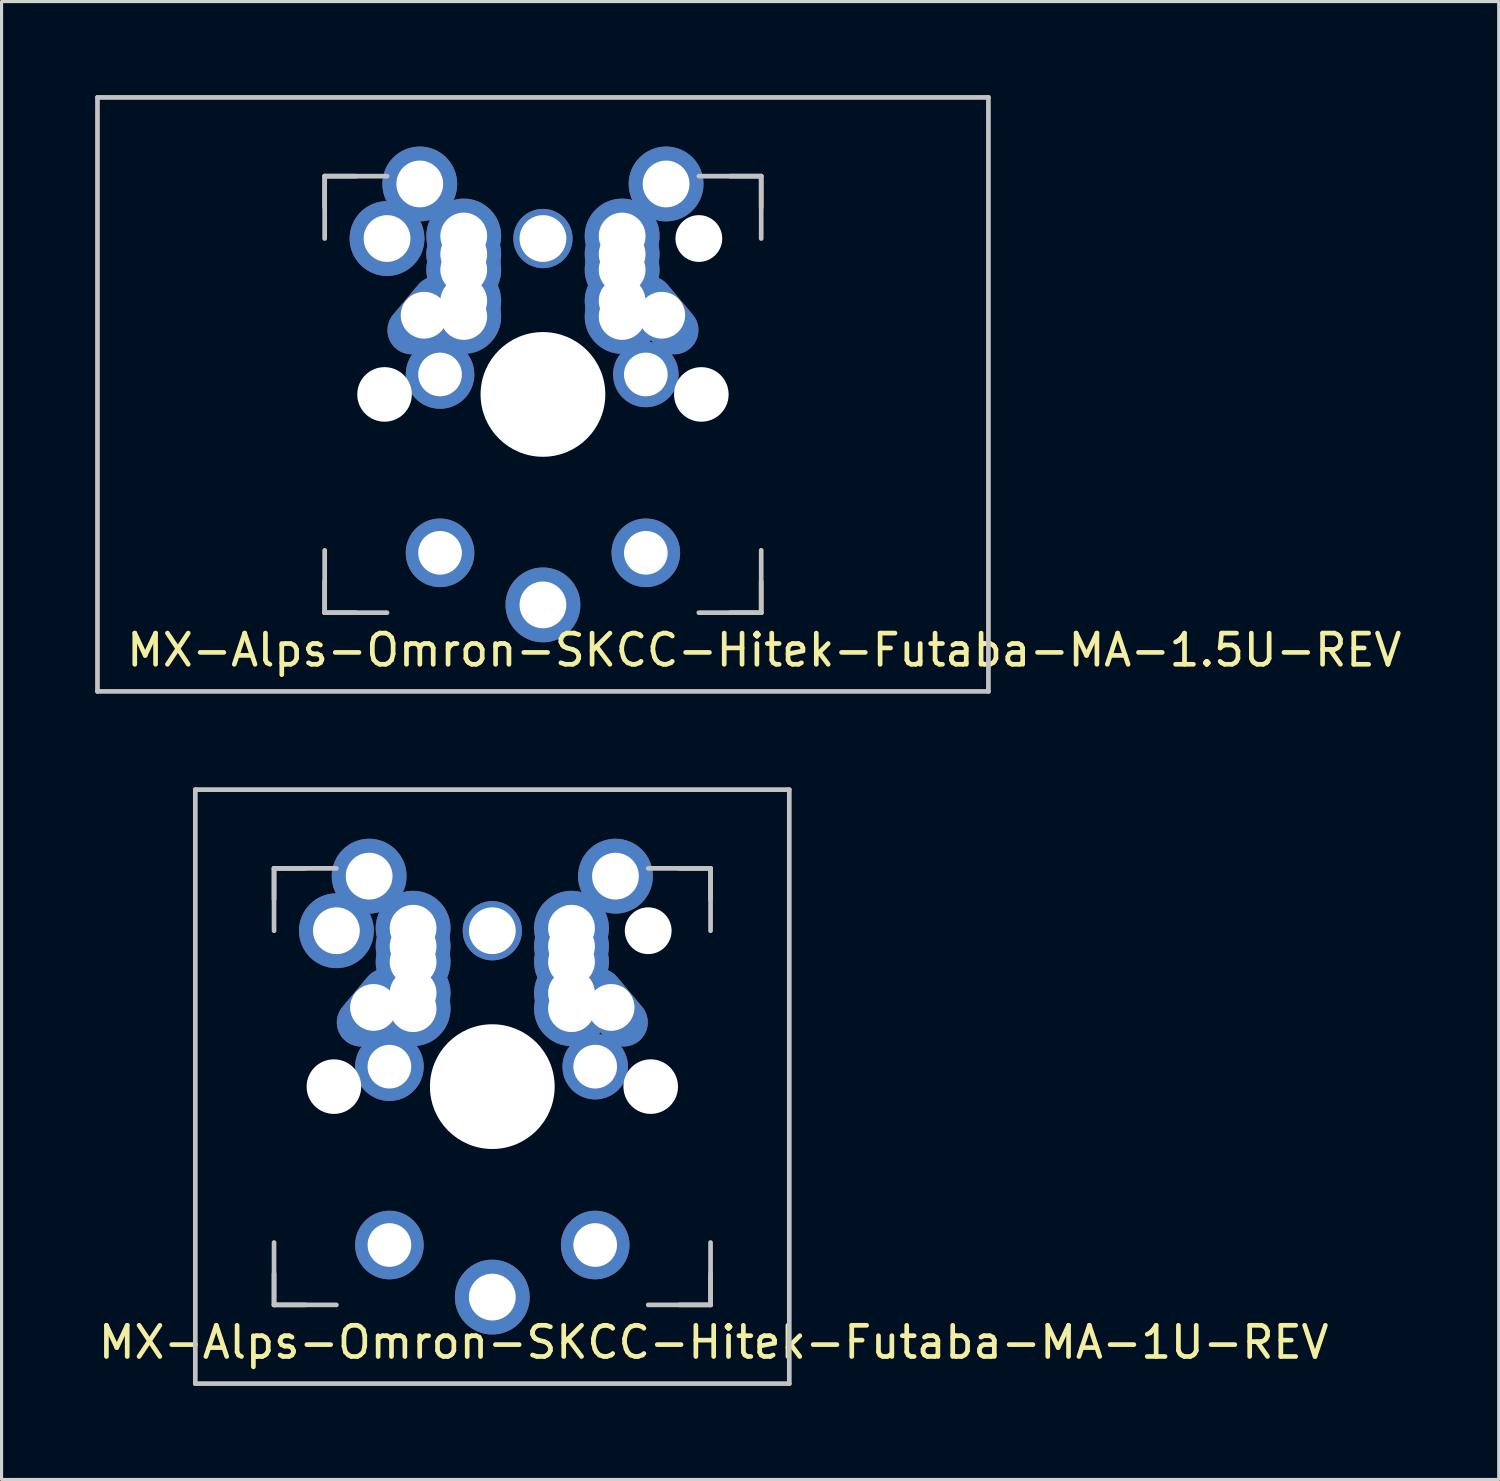
<source format=kicad_pcb>
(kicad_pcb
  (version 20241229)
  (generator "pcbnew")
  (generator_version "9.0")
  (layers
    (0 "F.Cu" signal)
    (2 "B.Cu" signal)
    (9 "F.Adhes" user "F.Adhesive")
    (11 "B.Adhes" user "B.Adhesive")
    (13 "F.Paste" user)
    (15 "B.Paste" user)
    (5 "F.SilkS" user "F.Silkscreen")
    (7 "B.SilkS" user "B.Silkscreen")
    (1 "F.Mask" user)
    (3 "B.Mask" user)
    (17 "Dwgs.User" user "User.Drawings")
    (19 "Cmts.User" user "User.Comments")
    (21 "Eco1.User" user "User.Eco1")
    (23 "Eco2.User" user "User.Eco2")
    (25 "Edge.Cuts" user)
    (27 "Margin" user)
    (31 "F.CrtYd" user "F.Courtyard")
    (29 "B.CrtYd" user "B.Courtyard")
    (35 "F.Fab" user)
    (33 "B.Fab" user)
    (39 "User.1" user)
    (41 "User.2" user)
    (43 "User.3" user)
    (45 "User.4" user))
  (footprint "MX-Alps-Omron-SKCC-Hitek-Futaba-MA-1U-REV"
    (layer "F.Cu")
    (at 12.739 31.8)
    (property "Reference" "MX-Alps-Omron-SKCC-Hitek-Futaba-MA-1U-REV" (at 7.1 8.2 0) (layer "F.SilkS") (effects (font (size 1 1) (thickness 0.15))))
    (attr through_hole)
    (fp_line (start -9.525 -9.525) (end 9.525 -9.525) (stroke (width 0.15) (type solid)) (layer "Dwgs.User"))
    (fp_line (start -9.525 9.525) (end -9.525 -9.525) (stroke (width 0.15) (type solid)) (layer "Dwgs.User"))
    (fp_line (start -7 -7) (end -7 -5) (stroke (width 0.15) (type solid)) (layer "Dwgs.User"))
    (fp_line (start -7 -7) (end -6 -7) (stroke (width 0.15) (type solid)) (layer "Dwgs.User"))
    (fp_line (start -7 -6) (end -7 -7) (stroke (width 0.15) (type solid)) (layer "Dwgs.User"))
    (fp_line (start -7 6) (end -7 7) (stroke (width 0.15) (type solid)) (layer "Dwgs.User"))
    (fp_line (start -7 7) (end -7 5) (stroke (width 0.15) (type solid)) (layer "Dwgs.User"))
    (fp_line (start -7 7) (end -6 7) (stroke (width 0.15) (type solid)) (layer "Dwgs.User"))
    (fp_line (start -5 -7) (end -7 -7) (stroke (width 0.15) (type solid)) (layer "Dwgs.User"))
    (fp_line (start -5 7) (end -7 7) (stroke (width 0.15) (type solid)) (layer "Dwgs.User"))
    (fp_line (start 5 7) (end 7 7) (stroke (width 0.15) (type solid)) (layer "Dwgs.User"))
    (fp_line (start 6 7) (end 7 7) (stroke (width 0.15) (type solid)) (layer "Dwgs.User"))
    (fp_line (start 7 -7) (end 5 -7) (stroke (width 0.15) (type solid)) (layer "Dwgs.User"))
    (fp_line (start 7 -7) (end 6 -7) (stroke (width 0.15) (type solid)) (layer "Dwgs.User"))
    (fp_line (start 7 -7) (end 7 -6) (stroke (width 0.15) (type solid)) (layer "Dwgs.User"))
    (fp_line (start 7 -5) (end 7 -7) (stroke (width 0.15) (type solid)) (layer "Dwgs.User"))
    (fp_line (start 7 7) (end 7 5) (stroke (width 0.15) (type solid)) (layer "Dwgs.User"))
    (fp_line (start 7 7) (end 7 6) (stroke (width 0.15) (type solid)) (layer "Dwgs.User"))
    (fp_line (start 9.525 -9.525) (end 9.525 9.525) (stroke (width 0.15) (type solid)) (layer "Dwgs.User"))
    (fp_line (start 9.525 9.525) (end -9.525 9.525) (stroke (width 0.15) (type solid)) (layer "Dwgs.User"))
    (pad "" np_thru_hole circle (at -5.08 0 48.1) (size 1.75 1.75) (drill 1.75) (layers "*.Cu" "*.Mask"))
    (pad "" np_thru_hole circle (at 0 0) (size 4 4) (drill 4) (layers "*.Cu" "*.Mask"))
    (pad "" thru_hole circle (at 0 6.75) (size 2.4 2.4) (drill 1.5) (layers "*.Cu" "*.Mask"))
    (pad "" np_thru_hole circle (at 5 -5 180) (size 1.5 1.5) (drill 1.5) (layers "*.Cu" "*.Mask"))
    (pad "" np_thru_hole circle (at 5.08 0 180) (size 1.75 1.75) (drill 1.75) (layers "*.Cu" "*.Mask"))
    (pad "1" thru_hole circle (at -5 -5 180) (size 2.4 2.4) (drill 1.5) (layers "*.Cu" "*.Mask"))
    (pad "1" thru_hole circle (at -3.95 -6.75) (size 2.4 2.4) (drill 1.5) (layers "*.Cu" "*.Mask"))
    (pad "1" thru_hole oval (at -3.81 -2.54 50) (size 2.8 1.55) (drill 1.5) (layers "*.Cu" "*.Mask"))
    (pad "1" thru_hole circle (at -3.3 -0.64) (size 2.2 2.2) (drill 1.4) (layers "*.Cu" "*.Mask"))
    (pad "1" thru_hole circle (at -3.3 5.08) (size 2.2 2.2) (drill 1.4) (layers "*.Cu" "*.Mask"))
    (pad "1" thru_hole circle (at -2.54 -5.08) (size 2.4 2.4) (drill 1.5) (layers "*.Cu" "*.Mask"))
    (pad "1" thru_hole circle (at -2.54 -4.5) (size 2.4 2.4) (drill 1.5) (layers "*.Cu" "*.Mask"))
    (pad "1" thru_hole circle (at -2.54 -4) (size 2.4 2.4) (drill 1.5) (layers "*.Cu" "*.Mask"))
    (pad "1" thru_hole circle (at -2.54 -3) (size 2.4 2.4) (drill 1.5) (layers "*.Cu" "*.Mask"))
    (pad "1" thru_hole circle (at -2.54 -2.5) (size 2.4 2.4) (drill 1.5) (layers "*.Cu" "*.Mask"))
    (pad "2" thru_hole circle (at 0 -5 180) (size 1.9 1.9) (drill 1.5) (layers "*.Cu" "*.Mask"))
    (pad "2" thru_hole circle (at 2.54 -5.08) (size 2.4 2.4) (drill 1.5) (layers "*.Cu" "*.Mask"))
    (pad "2" thru_hole circle (at 2.54 -4.5) (size 2.4 2.4) (drill 1.5) (layers "*.Cu" "*.Mask"))
    (pad "2" thru_hole circle (at 2.54 -4) (size 2.4 2.4) (drill 1.5) (layers "*.Cu" "*.Mask"))
    (pad "2" thru_hole circle (at 2.54 -3) (size 2.4 2.4) (drill 1.5) (layers "*.Cu" "*.Mask"))
    (pad "2" thru_hole circle (at 2.54 -2.5) (size 2.4 2.4) (drill 1.5) (layers "*.Cu" "*.Mask"))
    (pad "2" thru_hole circle (at 3.3 -0.64) (size 2.1 2.1) (drill 1.4) (layers "*.Cu" "*.Mask"))
    (pad "2" thru_hole circle (at 3.3 5.08) (size 2.2 2.2) (drill 1.4) (layers "*.Cu" "*.Mask"))
    (pad "2" thru_hole oval (at 3.81 -2.54 310) (size 2.8 1.55) (drill 1.5) (layers "*.Cu" "*.Mask"))
    (pad "2" thru_hole circle (at 3.95 -6.75) (size 2.4 2.4) (drill 1.5) (layers "*.Cu" "*.Mask")))
  (footprint "MX-Alps-Omron-SKCC-Hitek-Futaba-MA-1.5U-REV"
    (layer "F.Cu")
    (at 14.363 9.6)
    (property "Reference" "MX-Alps-Omron-SKCC-Hitek-Futaba-MA-1.5U-REV" (at 7.1 8.2 0) (layer "F.SilkS") (effects (font (size 1 1) (thickness 0.15))))
    (attr through_hole)
    (fp_line (start -14.287 -9.525) (end 14.287 -9.525) (stroke (width 0.15) (type solid)) (layer "Dwgs.User"))
    (fp_line (start -14.287 9.525) (end -14.287 -9.525) (stroke (width 0.15) (type solid)) (layer "Dwgs.User"))
    (fp_line (start -7 -7) (end -7 -5) (stroke (width 0.15) (type solid)) (layer "Dwgs.User"))
    (fp_line (start -7 -7) (end -6 -7) (stroke (width 0.15) (type solid)) (layer "Dwgs.User"))
    (fp_line (start -7 -6) (end -7 -7) (stroke (width 0.15) (type solid)) (layer "Dwgs.User"))
    (fp_line (start -7 6) (end -7 7) (stroke (width 0.15) (type solid)) (layer "Dwgs.User"))
    (fp_line (start -7 7) (end -7 5) (stroke (width 0.15) (type solid)) (layer "Dwgs.User"))
    (fp_line (start -7 7) (end -6 7) (stroke (width 0.15) (type solid)) (layer "Dwgs.User"))
    (fp_line (start -5 -7) (end -7 -7) (stroke (width 0.15) (type solid)) (layer "Dwgs.User"))
    (fp_line (start -5 7) (end -7 7) (stroke (width 0.15) (type solid)) (layer "Dwgs.User"))
    (fp_line (start 5 7) (end 7 7) (stroke (width 0.15) (type solid)) (layer "Dwgs.User"))
    (fp_line (start 6 7) (end 7 7) (stroke (width 0.15) (type solid)) (layer "Dwgs.User"))
    (fp_line (start 7 -7) (end 5 -7) (stroke (width 0.15) (type solid)) (layer "Dwgs.User"))
    (fp_line (start 7 -7) (end 6 -7) (stroke (width 0.15) (type solid)) (layer "Dwgs.User"))
    (fp_line (start 7 -7) (end 7 -6) (stroke (width 0.15) (type solid)) (layer "Dwgs.User"))
    (fp_line (start 7 -5) (end 7 -7) (stroke (width 0.15) (type solid)) (layer "Dwgs.User"))
    (fp_line (start 7 7) (end 7 5) (stroke (width 0.15) (type solid)) (layer "Dwgs.User"))
    (fp_line (start 7 7) (end 7 6) (stroke (width 0.15) (type solid)) (layer "Dwgs.User"))
    (fp_line (start 14.287 -9.525) (end 14.287 9.525) (stroke (width 0.15) (type solid)) (layer "Dwgs.User"))
    (fp_line (start 14.287 9.525) (end -14.287 9.525) (stroke (width 0.15) (type solid)) (layer "Dwgs.User"))
    (pad "" np_thru_hole circle (at -5.08 0 48.1) (size 1.75 1.75) (drill 1.75) (layers "*.Cu" "*.Mask"))
    (pad "" np_thru_hole circle (at 0 0) (size 4 4) (drill 4) (layers "*.Cu" "*.Mask"))
    (pad "" thru_hole circle (at 0 6.75) (size 2.4 2.4) (drill 1.5) (layers "*.Cu" "*.Mask"))
    (pad "" np_thru_hole circle (at 5 -5 180) (size 1.5 1.5) (drill 1.5) (layers "*.Cu" "*.Mask"))
    (pad "" np_thru_hole circle (at 5.08 0 180) (size 1.75 1.75) (drill 1.75) (layers "*.Cu" "*.Mask"))
    (pad "1" thru_hole circle (at -5 -5 180) (size 2.4 2.4) (drill 1.5) (layers "*.Cu" "*.Mask"))
    (pad "1" thru_hole circle (at -3.95 -6.75) (size 2.4 2.4) (drill 1.5) (layers "*.Cu" "*.Mask"))
    (pad "1" thru_hole oval (at -3.81 -2.54 50) (size 2.8 1.55) (drill 1.5) (layers "*.Cu" "*.Mask"))
    (pad "1" thru_hole circle (at -3.3 -0.64) (size 2.2 2.2) (drill 1.4) (layers "*.Cu" "*.Mask"))
    (pad "1" thru_hole circle (at -3.3 5.08) (size 2.2 2.2) (drill 1.4) (layers "*.Cu" "*.Mask"))
    (pad "1" thru_hole circle (at -2.54 -5.08) (size 2.4 2.4) (drill 1.5) (layers "*.Cu" "*.Mask"))
    (pad "1" thru_hole circle (at -2.54 -4.5) (size 2.4 2.4) (drill 1.5) (layers "*.Cu" "*.Mask"))
    (pad "1" thru_hole circle (at -2.54 -4) (size 2.4 2.4) (drill 1.5) (layers "*.Cu" "*.Mask"))
    (pad "1" thru_hole circle (at -2.54 -3) (size 2.4 2.4) (drill 1.5) (layers "*.Cu" "*.Mask"))
    (pad "1" thru_hole circle (at -2.54 -2.5) (size 2.4 2.4) (drill 1.5) (layers "*.Cu" "*.Mask"))
    (pad "2" thru_hole circle (at 0 -5 180) (size 1.9 1.9) (drill 1.5) (layers "*.Cu" "*.Mask"))
    (pad "2" thru_hole circle (at 2.54 -5.08) (size 2.4 2.4) (drill 1.5) (layers "*.Cu" "*.Mask"))
    (pad "2" thru_hole circle (at 2.54 -4.5) (size 2.4 2.4) (drill 1.5) (layers "*.Cu" "*.Mask"))
    (pad "2" thru_hole circle (at 2.54 -4) (size 2.4 2.4) (drill 1.5) (layers "*.Cu" "*.Mask"))
    (pad "2" thru_hole circle (at 2.54 -3) (size 2.4 2.4) (drill 1.5) (layers "*.Cu" "*.Mask"))
    (pad "2" thru_hole circle (at 2.54 -2.5) (size 2.4 2.4) (drill 1.5) (layers "*.Cu" "*.Mask"))
    (pad "2" thru_hole circle (at 3.3 -0.64) (size 2.1 2.1) (drill 1.4) (layers "*.Cu" "*.Mask"))
    (pad "2" thru_hole circle (at 3.3 5.08) (size 2.2 2.2) (drill 1.4) (layers "*.Cu" "*.Mask"))
    (pad "2" thru_hole oval (at 3.81 -2.54 310) (size 2.8 1.55) (drill 1.5) (layers "*.Cu" "*.Mask"))
    (pad "2" thru_hole circle (at 3.95 -6.75) (size 2.4 2.4) (drill 1.5) (layers "*.Cu" "*.Mask")))
  (gr_rect
    (start -3 -3)
    (end 45.016 44.4)
    (stroke (width 0.1) (type default))
    (fill no)
    (layer "Edge.Cuts")))
</source>
